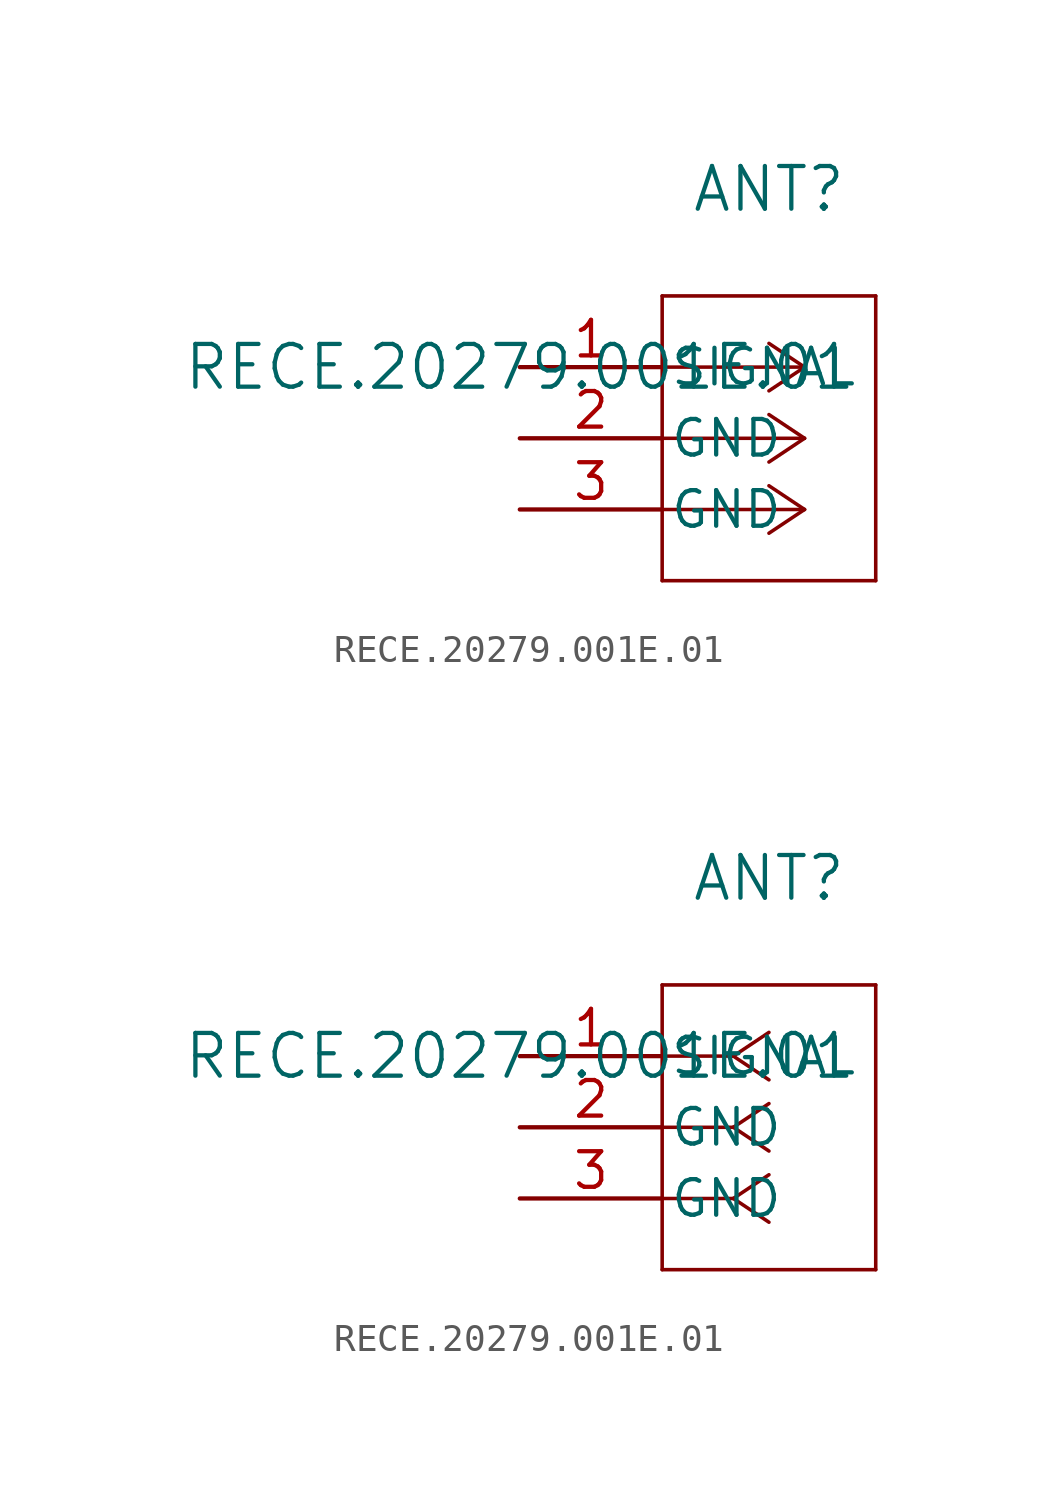
<source format=kicad_sym>
(kicad_symbol_lib
  (version 20231120)
  (generator "kicad_symbol_editor")
  (generator_version "8.0")
  (symbol "RECE.20279.001E.01"
    (pin_names
      (offset 0.254))
    (property "Reference" "ANT"
      (at 8.89 6.35 0)
      (effects (font (size 1.524 1.524))))
    (property "Value" "RECE.20279.001E.01"
      (at 0 0 0)
      (effects (font (size 1.524 1.524))))
    (symbol "RECE.20279.001E.01_1_1"
      (polyline (pts (xy 5.08 -7.62) (xy 12.7 -7.62)) (stroke (width 0.127) (type default)) (fill (type none)))
      (polyline (pts (xy 5.08 2.54) (xy 5.08 -7.62)) (stroke (width 0.127) (type default)) (fill (type none)))
      (polyline (pts (xy 10.16 -5.08) (xy 5.08 -5.08)) (stroke (width 0.127) (type default)) (fill (type none)))
      (polyline (pts (xy 10.16 -5.08) (xy 8.89 -5.927)) (stroke (width 0.127) (type default)) (fill (type none)))
      (polyline (pts (xy 10.16 -5.08) (xy 8.89 -4.233)) (stroke (width 0.127) (type default)) (fill (type none)))
      (polyline (pts (xy 10.16 -2.54) (xy 5.08 -2.54)) (stroke (width 0.127) (type default)) (fill (type none)))
      (polyline (pts (xy 10.16 -2.54) (xy 8.89 -3.387)) (stroke (width 0.127) (type default)) (fill (type none)))
      (polyline (pts (xy 10.16 -2.54) (xy 8.89 -1.693)) (stroke (width 0.127) (type default)) (fill (type none)))
      (polyline (pts (xy 10.16 0) (xy 5.08 0)) (stroke (width 0.127) (type default)) (fill (type none)))
      (polyline (pts (xy 10.16 0) (xy 8.89 -0.847)) (stroke (width 0.127) (type default)) (fill (type none)))
      (polyline (pts (xy 10.16 0) (xy 8.89 0.847)) (stroke (width 0.127) (type default)) (fill (type none)))
      (polyline (pts (xy 12.7 -7.62) (xy 12.7 2.54)) (stroke (width 0.127) (type default)) (fill (type none)))
      (polyline (pts (xy 12.7 2.54) (xy 5.08 2.54)) (stroke (width 0.127) (type default)) (fill (type none)))
      (pin unspecified line (at 0 0 0) (length 5.08) (name "SIGNAL" (effects (font (size 1.27 1.27)))) (number "1" (effects (font (size 1.27 1.27)))))
      (pin unspecified line (at 0 -2.54 0) (length 5.08) (name "GND" (effects (font (size 1.27 1.27)))) (number "2" (effects (font (size 1.27 1.27)))))
      (pin unspecified line (at 0 -5.08 0) (length 5.08) (name "GND" (effects (font (size 1.27 1.27)))) (number "3" (effects (font (size 1.27 1.27))))))
    (symbol "RECE.20279.001E.01_1_2"
      (polyline (pts (xy 5.08 -7.62) (xy 12.7 -7.62)) (stroke (width 0.127) (type default)) (fill (type none)))
      (polyline (pts (xy 5.08 2.54) (xy 5.08 -7.62)) (stroke (width 0.127) (type default)) (fill (type none)))
      (polyline (pts (xy 7.62 -5.08) (xy 5.08 -5.08)) (stroke (width 0.127) (type default)) (fill (type none)))
      (polyline (pts (xy 7.62 -5.08) (xy 8.89 -5.927)) (stroke (width 0.127) (type default)) (fill (type none)))
      (polyline (pts (xy 7.62 -5.08) (xy 8.89 -4.233)) (stroke (width 0.127) (type default)) (fill (type none)))
      (polyline (pts (xy 7.62 -2.54) (xy 5.08 -2.54)) (stroke (width 0.127) (type default)) (fill (type none)))
      (polyline (pts (xy 7.62 -2.54) (xy 8.89 -3.387)) (stroke (width 0.127) (type default)) (fill (type none)))
      (polyline (pts (xy 7.62 -2.54) (xy 8.89 -1.693)) (stroke (width 0.127) (type default)) (fill (type none)))
      (polyline (pts (xy 7.62 0) (xy 5.08 0)) (stroke (width 0.127) (type default)) (fill (type none)))
      (polyline (pts (xy 7.62 0) (xy 8.89 -0.847)) (stroke (width 0.127) (type default)) (fill (type none)))
      (polyline (pts (xy 7.62 0) (xy 8.89 0.847)) (stroke (width 0.127) (type default)) (fill (type none)))
      (polyline (pts (xy 12.7 -7.62) (xy 12.7 2.54)) (stroke (width 0.127) (type default)) (fill (type none)))
      (polyline (pts (xy 12.7 2.54) (xy 5.08 2.54)) (stroke (width 0.127) (type default)) (fill (type none)))
      (pin unspecified line (at 0 0 0) (length 5.08) (name "SIGNAL" (effects (font (size 1.27 1.27)))) (number "1" (effects (font (size 1.27 1.27)))))
      (pin unspecified line (at 0 -2.54 0) (length 5.08) (name "GND" (effects (font (size 1.27 1.27)))) (number "2" (effects (font (size 1.27 1.27)))))
      (pin unspecified line (at 0 -5.08 0) (length 5.08) (name "GND" (effects (font (size 1.27 1.27)))) (number "3" (effects (font (size 1.27 1.27))))))))
</source>
